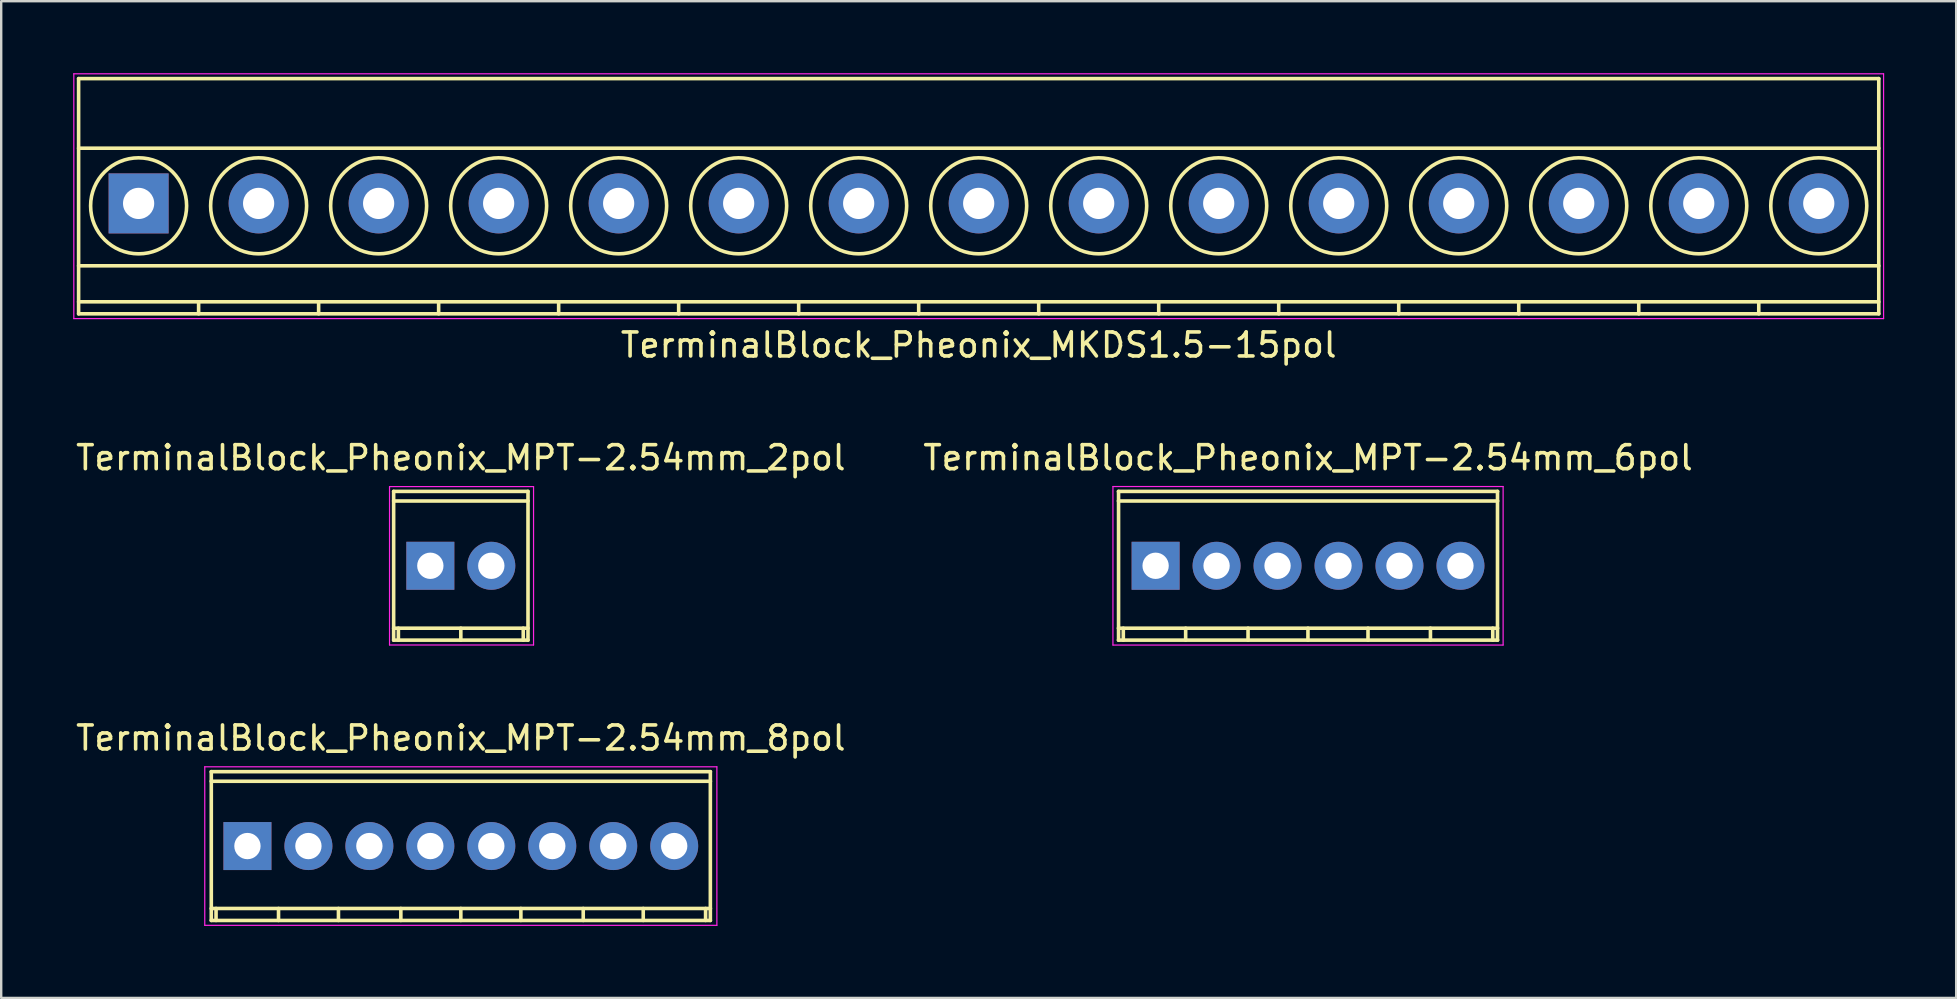
<source format=kicad_pcb>
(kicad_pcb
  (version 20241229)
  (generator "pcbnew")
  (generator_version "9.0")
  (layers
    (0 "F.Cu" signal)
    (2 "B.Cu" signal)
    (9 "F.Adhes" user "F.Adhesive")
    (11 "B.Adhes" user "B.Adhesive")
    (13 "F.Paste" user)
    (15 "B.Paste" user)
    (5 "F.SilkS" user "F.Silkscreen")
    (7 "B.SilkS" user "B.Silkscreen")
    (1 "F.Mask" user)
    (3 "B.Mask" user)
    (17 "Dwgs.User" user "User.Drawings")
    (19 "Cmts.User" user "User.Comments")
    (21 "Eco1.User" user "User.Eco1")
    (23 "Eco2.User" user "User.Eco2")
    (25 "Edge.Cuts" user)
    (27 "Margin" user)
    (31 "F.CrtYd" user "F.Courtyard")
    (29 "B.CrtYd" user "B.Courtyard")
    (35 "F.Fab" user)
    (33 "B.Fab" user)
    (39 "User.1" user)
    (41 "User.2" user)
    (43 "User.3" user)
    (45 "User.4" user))
  (footprint "TerminalBlock_Pheonix_MKDS1.5-15pol"
    (layer "F.Cu")
    (at 2.725 5.425)
    (property "Reference" "TerminalBlock_Pheonix_MKDS1.5-15pol" (at 35 5.9 0) (layer "F.SilkS") (effects (font (size 1 1) (thickness 0.15))))
    (attr through_hole)
    (fp_line (start -2.5 -5.2) (end -2.5 4.6) (stroke (width 0.15) (type solid)) (layer "F.SilkS"))
    (fp_line (start -2.5 -2.3) (end 72.5 -2.3) (stroke (width 0.15) (type solid)) (layer "F.SilkS"))
    (fp_line (start -2.5 2.6) (end 72.5 2.6) (stroke (width 0.15) (type solid)) (layer "F.SilkS"))
    (fp_line (start -2.5 4.1) (end 72.5 4.1) (stroke (width 0.15) (type solid)) (layer "F.SilkS"))
    (fp_line (start -2.5 4.6) (end 72.5 4.6) (stroke (width 0.15) (type solid)) (layer "F.SilkS"))
    (fp_line (start 2.5 4.1) (end 2.5 4.6) (stroke (width 0.15) (type solid)) (layer "F.SilkS"))
    (fp_line (start 7.5 4.1) (end 7.5 4.6) (stroke (width 0.15) (type solid)) (layer "F.SilkS"))
    (fp_line (start 12.5 4.1) (end 12.5 4.6) (stroke (width 0.15) (type solid)) (layer "F.SilkS"))
    (fp_line (start 17.5 4.1) (end 17.5 4.6) (stroke (width 0.15) (type solid)) (layer "F.SilkS"))
    (fp_line (start 22.5 4.1) (end 22.5 4.6) (stroke (width 0.15) (type solid)) (layer "F.SilkS"))
    (fp_line (start 27.5 4.1) (end 27.5 4.6) (stroke (width 0.15) (type solid)) (layer "F.SilkS"))
    (fp_line (start 32.5 4.1) (end 32.5 4.6) (stroke (width 0.15) (type solid)) (layer "F.SilkS"))
    (fp_line (start 37.5 4.1) (end 37.5 4.6) (stroke (width 0.15) (type solid)) (layer "F.SilkS"))
    (fp_line (start 42.5 4.1) (end 42.5 4.6) (stroke (width 0.15) (type solid)) (layer "F.SilkS"))
    (fp_line (start 47.5 4.1) (end 47.5 4.6) (stroke (width 0.15) (type solid)) (layer "F.SilkS"))
    (fp_line (start 52.5 4.1) (end 52.5 4.6) (stroke (width 0.15) (type solid)) (layer "F.SilkS"))
    (fp_line (start 57.5 4.1) (end 57.5 4.6) (stroke (width 0.15) (type solid)) (layer "F.SilkS"))
    (fp_line (start 62.5 4.1) (end 62.5 4.6) (stroke (width 0.15) (type solid)) (layer "F.SilkS"))
    (fp_line (start 67.5 4.1) (end 67.5 4.6) (stroke (width 0.15) (type solid)) (layer "F.SilkS"))
    (fp_line (start 72.5 -5.2) (end -2.5 -5.2) (stroke (width 0.15) (type solid)) (layer "F.SilkS"))
    (fp_line (start 72.5 4.6) (end 72.5 -5.2) (stroke (width 0.15) (type solid)) (layer "F.SilkS"))
    (fp_circle (center 0 0.1) (end 2 0.1) (stroke (width 0.15) (type solid)) (fill no) (layer "F.SilkS"))
    (fp_circle (center 5 0.1) (end 3 0.1) (stroke (width 0.15) (type solid)) (fill no) (layer "F.SilkS"))
    (fp_circle (center 10 0.1) (end 8 0.1) (stroke (width 0.15) (type solid)) (fill no) (layer "F.SilkS"))
    (fp_circle (center 15 0.1) (end 13 0.1) (stroke (width 0.15) (type solid)) (fill no) (layer "F.SilkS"))
    (fp_circle (center 20 0.1) (end 18 0.1) (stroke (width 0.15) (type solid)) (fill no) (layer "F.SilkS"))
    (fp_circle (center 25 0.1) (end 23 0.1) (stroke (width 0.15) (type solid)) (fill no) (layer "F.SilkS"))
    (fp_circle (center 30 0.1) (end 28 0.1) (stroke (width 0.15) (type solid)) (fill no) (layer "F.SilkS"))
    (fp_circle (center 35 0.1) (end 33 0.1) (stroke (width 0.15) (type solid)) (fill no) (layer "F.SilkS"))
    (fp_circle (center 40 0.1) (end 38 0.1) (stroke (width 0.15) (type solid)) (fill no) (layer "F.SilkS"))
    (fp_circle (center 45 0.1) (end 43 0.1) (stroke (width 0.15) (type solid)) (fill no) (layer "F.SilkS"))
    (fp_circle (center 50 0.1) (end 48 0.1) (stroke (width 0.15) (type solid)) (fill no) (layer "F.SilkS"))
    (fp_circle (center 55 0.1) (end 53 0.1) (stroke (width 0.15) (type solid)) (fill no) (layer "F.SilkS"))
    (fp_circle (center 60 0.1) (end 58 0.1) (stroke (width 0.15) (type solid)) (fill no) (layer "F.SilkS"))
    (fp_circle (center 65 0.1) (end 63 0.1) (stroke (width 0.15) (type solid)) (fill no) (layer "F.SilkS"))
    (fp_circle (center 70 0.1) (end 68 0.1) (stroke (width 0.15) (type solid)) (fill no) (layer "F.SilkS"))
    (fp_line (start -2.7 -5.4) (end 72.7 -5.4) (stroke (width 0.05) (type solid)) (layer "F.CrtYd"))
    (fp_line (start -2.7 4.8) (end -2.7 -5.4) (stroke (width 0.05) (type solid)) (layer "F.CrtYd"))
    (fp_line (start 72.7 -5.4) (end 72.7 4.8) (stroke (width 0.05) (type solid)) (layer "F.CrtYd"))
    (fp_line (start 72.7 4.8) (end -2.7 4.8) (stroke (width 0.05) (type solid)) (layer "F.CrtYd"))
    (pad "1" thru_hole rect (at 0 0) (size 2.5 2.5) (drill 1.3) (layers "*.Cu" "*.Mask"))
    (pad "2" thru_hole circle (at 5 0) (size 2.5 2.5) (drill 1.3) (layers "*.Cu" "*.Mask"))
    (pad "3" thru_hole circle (at 10 0) (size 2.5 2.5) (drill 1.3) (layers "*.Cu" "*.Mask"))
    (pad "4" thru_hole circle (at 15 0) (size 2.5 2.5) (drill 1.3) (layers "*.Cu" "*.Mask"))
    (pad "5" thru_hole circle (at 20 0) (size 2.5 2.5) (drill 1.3) (layers "*.Cu" "*.Mask"))
    (pad "6" thru_hole circle (at 25 0) (size 2.5 2.5) (drill 1.3) (layers "*.Cu" "*.Mask"))
    (pad "7" thru_hole circle (at 30 0) (size 2.5 2.5) (drill 1.3) (layers "*.Cu" "*.Mask"))
    (pad "8" thru_hole circle (at 35 0) (size 2.5 2.5) (drill 1.3) (layers "*.Cu" "*.Mask"))
    (pad "9" thru_hole circle (at 40 0) (size 2.5 2.5) (drill 1.3) (layers "*.Cu" "*.Mask"))
    (pad "10" thru_hole circle (at 45 0) (size 2.5 2.5) (drill 1.3) (layers "*.Cu" "*.Mask"))
    (pad "11" thru_hole circle (at 50 0) (size 2.5 2.5) (drill 1.3) (layers "*.Cu" "*.Mask"))
    (pad "12" thru_hole circle (at 55 0) (size 2.5 2.5) (drill 1.3) (layers "*.Cu" "*.Mask"))
    (pad "13" thru_hole circle (at 60 0) (size 2.5 2.5) (drill 1.3) (layers "*.Cu" "*.Mask"))
    (pad "14" thru_hole circle (at 65 0) (size 2.5 2.5) (drill 1.3) (layers "*.Cu" "*.Mask"))
    (pad "15" thru_hole circle (at 70 0) (size 2.5 2.5) (drill 1.3) (layers "*.Cu" "*.Mask")))
  (footprint "TerminalBlock_Pheonix_MPT-2.54mm_8pol"
    (layer "F.Cu")
    (at 7.259 32.199)
    (property "Reference" "TerminalBlock_Pheonix_MPT-2.54mm_8pol" (at 8.89 -4.501 0) (layer "F.SilkS") (effects (font (size 1 1) (thickness 0.15))))
    (attr through_hole)
    (fp_line (start -1.509 -2.7) (end 19.289 -2.7) (stroke (width 0.15) (type solid)) (layer "F.SilkS"))
    (fp_line (start -1.509 2.601) (end 19.289 2.601) (stroke (width 0.15) (type solid)) (layer "F.SilkS"))
    (fp_line (start -1.506 -3.099) (end -1.506 3.099) (stroke (width 0.15) (type solid)) (layer "F.SilkS"))
    (fp_line (start -1.308 3.099) (end -1.308 2.601) (stroke (width 0.15) (type solid)) (layer "F.SilkS"))
    (fp_line (start 1.295 3.099) (end 1.295 2.601) (stroke (width 0.15) (type solid)) (layer "F.SilkS"))
    (fp_line (start 3.792 2.601) (end 3.792 3.099) (stroke (width 0.15) (type solid)) (layer "F.SilkS"))
    (fp_line (start 6.391 2.601) (end 6.391 3.099) (stroke (width 0.15) (type solid)) (layer "F.SilkS"))
    (fp_line (start 8.89 2.601) (end 8.89 3.099) (stroke (width 0.15) (type solid)) (layer "F.SilkS"))
    (fp_line (start 11.392 2.601) (end 11.392 3.099) (stroke (width 0.15) (type solid)) (layer "F.SilkS"))
    (fp_line (start 13.99 2.601) (end 13.99 3.099) (stroke (width 0.15) (type solid)) (layer "F.SilkS"))
    (fp_line (start 16.49 2.601) (end 16.49 3.099) (stroke (width 0.15) (type solid)) (layer "F.SilkS"))
    (fp_line (start 19.088 2.601) (end 19.088 3.099) (stroke (width 0.15) (type solid)) (layer "F.SilkS"))
    (fp_line (start 19.286 3.099) (end 19.286 -3.099) (stroke (width 0.15) (type solid)) (layer "F.SilkS"))
    (fp_line (start 19.289 -3.099) (end -1.509 -3.099) (stroke (width 0.15) (type solid)) (layer "F.SilkS"))
    (fp_line (start 19.289 3.099) (end -1.509 3.099) (stroke (width 0.15) (type solid)) (layer "F.SilkS"))
    (fp_line (start -1.778 -3.302) (end 19.558 -3.302) (stroke (width 0.05) (type solid)) (layer "F.CrtYd"))
    (fp_line (start -1.778 3.302) (end -1.778 -3.302) (stroke (width 0.05) (type solid)) (layer "F.CrtYd"))
    (fp_line (start 19.558 -3.302) (end 19.558 3.302) (stroke (width 0.05) (type solid)) (layer "F.CrtYd"))
    (fp_line (start 19.558 3.302) (end -1.778 3.302) (stroke (width 0.05) (type solid)) (layer "F.CrtYd"))
    (pad "1" thru_hole rect (at 0 0 180) (size 1.999 1.999) (drill 1.097) (layers "*.Cu" "*.Mask"))
    (pad "2" thru_hole oval (at 2.54 0 180) (size 1.999 1.999) (drill 1.097) (layers "*.Cu" "*.Mask"))
    (pad "3" thru_hole oval (at 5.08 0 180) (size 1.999 1.999) (drill 1.097) (layers "*.Cu" "*.Mask"))
    (pad "4" thru_hole oval (at 7.62 0 180) (size 1.999 1.999) (drill 1.097) (layers "*.Cu" "*.Mask"))
    (pad "5" thru_hole oval (at 10.16 0 180) (size 1.999 1.999) (drill 1.097) (layers "*.Cu" "*.Mask"))
    (pad "6" thru_hole oval (at 12.7 0 180) (size 1.999 1.999) (drill 1.097) (layers "*.Cu" "*.Mask"))
    (pad "7" thru_hole oval (at 15.24 0 180) (size 1.999 1.999) (drill 1.097) (layers "*.Cu" "*.Mask"))
    (pad "8" thru_hole oval (at 17.78 0 180) (size 1.999 1.999) (drill 1.097) (layers "*.Cu" "*.Mask")))
  (footprint "TerminalBlock_Pheonix_MPT-2.54mm_2pol"
    (layer "F.Cu")
    (at 14.879 20.522)
    (property "Reference" "TerminalBlock_Pheonix_MPT-2.54mm_2pol" (at 1.27 -4.501 0) (layer "F.SilkS") (effects (font (size 1 1) (thickness 0.15))))
    (attr through_hole)
    (fp_line (start -1.529 -3.099) (end -1.529 3.099) (stroke (width 0.15) (type solid)) (layer "F.SilkS"))
    (fp_line (start -1.529 -2.7) (end 4.069 -2.7) (stroke (width 0.15) (type solid)) (layer "F.SilkS"))
    (fp_line (start -1.529 3.099) (end 4.069 3.099) (stroke (width 0.15) (type solid)) (layer "F.SilkS"))
    (fp_line (start -1.331 3.099) (end -1.331 2.601) (stroke (width 0.15) (type solid)) (layer "F.SilkS"))
    (fp_line (start 1.27 3.099) (end 1.27 2.601) (stroke (width 0.15) (type solid)) (layer "F.SilkS"))
    (fp_line (start 3.871 2.601) (end 3.871 3.099) (stroke (width 0.15) (type solid)) (layer "F.SilkS"))
    (fp_line (start 4.069 -3.099) (end -1.529 -3.099) (stroke (width 0.15) (type solid)) (layer "F.SilkS"))
    (fp_line (start 4.069 2.601) (end -1.529 2.601) (stroke (width 0.15) (type solid)) (layer "F.SilkS"))
    (fp_line (start 4.069 3.099) (end 4.069 -3.099) (stroke (width 0.15) (type solid)) (layer "F.SilkS"))
    (fp_line (start -1.7 -3.3) (end 4.3 -3.3) (stroke (width 0.05) (type solid)) (layer "F.CrtYd"))
    (fp_line (start -1.7 3.3) (end -1.7 -3.3) (stroke (width 0.05) (type solid)) (layer "F.CrtYd"))
    (fp_line (start 4.3 -3.3) (end 4.3 3.3) (stroke (width 0.05) (type solid)) (layer "F.CrtYd"))
    (fp_line (start 4.3 3.3) (end -1.7 3.3) (stroke (width 0.05) (type solid)) (layer "F.CrtYd"))
    (pad "1" thru_hole rect (at 0 0) (size 1.999 1.999) (drill 1.097) (layers "*.Cu" "*.Mask"))
    (pad "2" thru_hole oval (at 2.54 0) (size 1.999 1.999) (drill 1.097) (layers "*.Cu" "*.Mask")))
  (footprint "TerminalBlock_Pheonix_MPT-2.54mm_6pol"
    (layer "F.Cu")
    (at 45.096 20.522)
    (property "Reference" "TerminalBlock_Pheonix_MPT-2.54mm_6pol" (at 6.35 -4.501 0) (layer "F.SilkS") (effects (font (size 1 1) (thickness 0.15))))
    (attr through_hole)
    (fp_line (start -1.549 3.099) (end 14.249 3.099) (stroke (width 0.15) (type solid)) (layer "F.SilkS"))
    (fp_line (start -1.544 -3.099) (end -1.544 3.099) (stroke (width 0.15) (type solid)) (layer "F.SilkS"))
    (fp_line (start -1.346 3.099) (end -1.346 2.601) (stroke (width 0.15) (type solid)) (layer "F.SilkS"))
    (fp_line (start 1.252 3.099) (end 1.252 2.601) (stroke (width 0.15) (type solid)) (layer "F.SilkS"))
    (fp_line (start 3.851 2.601) (end 3.851 3.099) (stroke (width 0.15) (type solid)) (layer "F.SilkS"))
    (fp_line (start 6.347 2.601) (end 6.347 3.099) (stroke (width 0.15) (type solid)) (layer "F.SilkS"))
    (fp_line (start 8.849 2.601) (end 8.849 3.099) (stroke (width 0.15) (type solid)) (layer "F.SilkS"))
    (fp_line (start 11.45 2.601) (end 11.45 3.099) (stroke (width 0.15) (type solid)) (layer "F.SilkS"))
    (fp_line (start 14.046 2.601) (end 14.046 3.099) (stroke (width 0.15) (type solid)) (layer "F.SilkS"))
    (fp_line (start 14.244 3.099) (end 14.244 -3.099) (stroke (width 0.15) (type solid)) (layer "F.SilkS"))
    (fp_line (start 14.249 -3.099) (end -1.549 -3.099) (stroke (width 0.15) (type solid)) (layer "F.SilkS"))
    (fp_line (start 14.249 -2.7) (end -1.549 -2.7) (stroke (width 0.15) (type solid)) (layer "F.SilkS"))
    (fp_line (start 14.249 2.601) (end -1.549 2.601) (stroke (width 0.15) (type solid)) (layer "F.SilkS"))
    (fp_line (start -1.778 -3.302) (end 14.478 -3.302) (stroke (width 0.05) (type solid)) (layer "F.CrtYd"))
    (fp_line (start -1.778 3.302) (end -1.778 -3.302) (stroke (width 0.05) (type solid)) (layer "F.CrtYd"))
    (fp_line (start 14.478 -3.302) (end 14.478 3.302) (stroke (width 0.05) (type solid)) (layer "F.CrtYd"))
    (fp_line (start 14.478 3.302) (end -1.778 3.302) (stroke (width 0.05) (type solid)) (layer "F.CrtYd"))
    (pad "1" thru_hole rect (at 0 0 180) (size 1.999 1.999) (drill 1.097) (layers "*.Cu" "*.Mask"))
    (pad "2" thru_hole oval (at 2.54 0 180) (size 1.999 1.999) (drill 1.097) (layers "*.Cu" "*.Mask"))
    (pad "3" thru_hole oval (at 5.08 0 180) (size 1.999 1.999) (drill 1.097) (layers "*.Cu" "*.Mask"))
    (pad "4" thru_hole oval (at 7.62 0 180) (size 1.999 1.999) (drill 1.097) (layers "*.Cu" "*.Mask"))
    (pad "5" thru_hole oval (at 10.16 0 180) (size 1.999 1.999) (drill 1.097) (layers "*.Cu" "*.Mask"))
    (pad "6" thru_hole oval (at 12.7 0 180) (size 1.999 1.999) (drill 1.097) (layers "*.Cu" "*.Mask")))
  (gr_rect
    (start -3 -3)
    (end 78.45 38.526)
    (stroke (width 0.1) (type default))
    (fill no)
    (layer "Edge.Cuts")))
</source>
